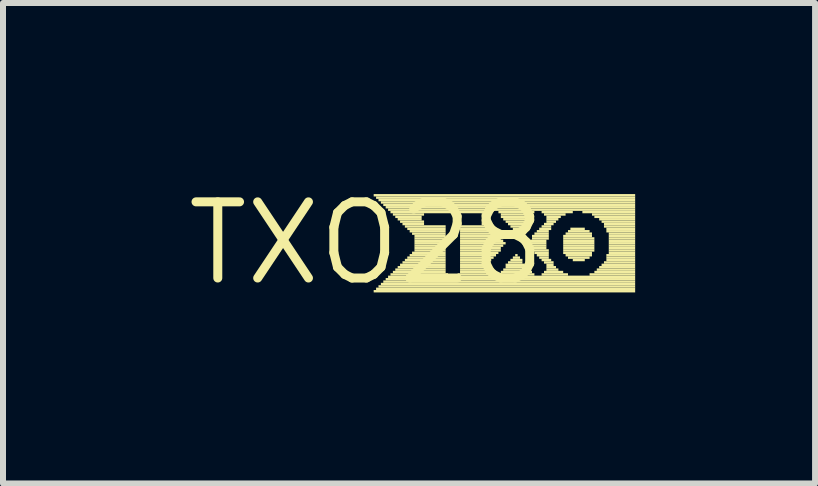
<source format=kicad_pcb>
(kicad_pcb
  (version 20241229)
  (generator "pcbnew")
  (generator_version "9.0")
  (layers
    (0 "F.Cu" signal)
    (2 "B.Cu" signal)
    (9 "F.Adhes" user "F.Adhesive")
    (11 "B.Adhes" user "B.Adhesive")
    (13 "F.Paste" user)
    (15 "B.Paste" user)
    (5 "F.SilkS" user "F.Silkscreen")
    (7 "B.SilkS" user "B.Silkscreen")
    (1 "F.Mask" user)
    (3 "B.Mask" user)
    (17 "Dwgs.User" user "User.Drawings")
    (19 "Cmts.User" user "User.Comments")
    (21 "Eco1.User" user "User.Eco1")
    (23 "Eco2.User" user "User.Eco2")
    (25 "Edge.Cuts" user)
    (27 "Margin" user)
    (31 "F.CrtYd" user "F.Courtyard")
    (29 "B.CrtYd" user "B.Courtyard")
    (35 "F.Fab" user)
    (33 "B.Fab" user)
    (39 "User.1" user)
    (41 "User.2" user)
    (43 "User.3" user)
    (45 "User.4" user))
  (footprint "TXO28"
    (layer "F.Cu")
    (at 3.061 1.006)
    (property "Reference" "TXO28" (at 0 0 0) (layer "F.SilkS") (effects (font (size 1.27 1.27) (thickness 0.15))))
    (attr through_hole)
    (fp_poly (pts (xy 0.12 -0.78) (xy 4.48 -0.78) (xy 4.48 -0.82) (xy 0.12 -0.82)) (stroke (width 0) (type solid)) (fill yes) (layer "F.SilkS"))
    (fp_poly (pts (xy 0.12 0.82) (xy 4.48 0.82) (xy 4.48 0.78) (xy 0.12 0.78)) (stroke (width 0) (type solid)) (fill yes) (layer "F.SilkS"))
    (fp_poly (pts (xy 0.16 -0.74) (xy 4.48 -0.74) (xy 4.48 -0.78) (xy 0.16 -0.78)) (stroke (width 0) (type solid)) (fill yes) (layer "F.SilkS"))
    (fp_poly (pts (xy 0.16 0.78) (xy 4.48 0.78) (xy 4.48 0.74) (xy 0.16 0.74)) (stroke (width 0) (type solid)) (fill yes) (layer "F.SilkS"))
    (fp_poly (pts (xy 0.2 -0.7) (xy 4.48 -0.7) (xy 4.48 -0.74) (xy 0.2 -0.74)) (stroke (width 0) (type solid)) (fill yes) (layer "F.SilkS"))
    (fp_poly (pts (xy 0.2 0.74) (xy 4.48 0.74) (xy 4.48 0.7) (xy 0.2 0.7)) (stroke (width 0) (type solid)) (fill yes) (layer "F.SilkS"))
    (fp_poly (pts (xy 0.24 -0.66) (xy 4.48 -0.66) (xy 4.48 -0.7) (xy 0.24 -0.7)) (stroke (width 0) (type solid)) (fill yes) (layer "F.SilkS"))
    (fp_poly (pts (xy 0.24 0.7) (xy 4.48 0.7) (xy 4.48 0.66) (xy 0.24 0.66)) (stroke (width 0) (type solid)) (fill yes) (layer "F.SilkS"))
    (fp_poly (pts (xy 0.28 -0.62) (xy 4.48 -0.62) (xy 4.48 -0.66) (xy 0.28 -0.66)) (stroke (width 0) (type solid)) (fill yes) (layer "F.SilkS"))
    (fp_poly (pts (xy 0.28 0.66) (xy 4.48 0.66) (xy 4.48 0.62) (xy 0.28 0.62)) (stroke (width 0) (type solid)) (fill yes) (layer "F.SilkS"))
    (fp_poly (pts (xy 0.32 -0.58) (xy 4.48 -0.58) (xy 4.48 -0.62) (xy 0.32 -0.62)) (stroke (width 0) (type solid)) (fill yes) (layer "F.SilkS"))
    (fp_poly (pts (xy 0.32 0.62) (xy 4.48 0.62) (xy 4.48 0.58) (xy 0.32 0.58)) (stroke (width 0) (type solid)) (fill yes) (layer "F.SilkS"))
    (fp_poly (pts (xy 0.36 -0.54) (xy 4.48 -0.54) (xy 4.48 -0.58) (xy 0.36 -0.58)) (stroke (width 0) (type solid)) (fill yes) (layer "F.SilkS"))
    (fp_poly (pts (xy 0.36 0.58) (xy 4.48 0.58) (xy 4.48 0.54) (xy 0.36 0.54)) (stroke (width 0) (type solid)) (fill yes) (layer "F.SilkS"))
    (fp_poly (pts (xy 0.4 -0.5) (xy 2.08 -0.5) (xy 2.08 -0.54) (xy 0.4 -0.54)) (stroke (width 0) (type solid)) (fill yes) (layer "F.SilkS"))
    (fp_poly (pts (xy 0.4 0.54) (xy 1.36 0.54) (xy 1.36 0.5) (xy 0.4 0.5)) (stroke (width 0) (type solid)) (fill yes) (layer "F.SilkS"))
    (fp_poly (pts (xy 0.44 -0.46) (xy 0.96 -0.46) (xy 0.96 -0.5) (xy 0.44 -0.5)) (stroke (width 0) (type solid)) (fill yes) (layer "F.SilkS"))
    (fp_poly (pts (xy 0.44 0.5) (xy 1.32 0.5) (xy 1.32 0.46) (xy 0.44 0.46)) (stroke (width 0) (type solid)) (fill yes) (layer "F.SilkS"))
    (fp_poly (pts (xy 0.48 -0.42) (xy 0.92 -0.42) (xy 0.92 -0.46) (xy 0.48 -0.46)) (stroke (width 0) (type solid)) (fill yes) (layer "F.SilkS"))
    (fp_poly (pts (xy 0.48 0.46) (xy 1.32 0.46) (xy 1.32 0.42) (xy 0.48 0.42)) (stroke (width 0) (type solid)) (fill yes) (layer "F.SilkS"))
    (fp_poly (pts (xy 0.52 -0.38) (xy 0.92 -0.38) (xy 0.92 -0.42) (xy 0.52 -0.42)) (stroke (width 0) (type solid)) (fill yes) (layer "F.SilkS"))
    (fp_poly (pts (xy 0.52 0.42) (xy 1.32 0.42) (xy 1.32 0.38) (xy 0.52 0.38)) (stroke (width 0) (type solid)) (fill yes) (layer "F.SilkS"))
    (fp_poly (pts (xy 0.56 -0.34) (xy 0.96 -0.34) (xy 0.96 -0.38) (xy 0.56 -0.38)) (stroke (width 0) (type solid)) (fill yes) (layer "F.SilkS"))
    (fp_poly (pts (xy 0.56 0.38) (xy 1.32 0.38) (xy 1.32 0.34) (xy 0.56 0.34)) (stroke (width 0) (type solid)) (fill yes) (layer "F.SilkS"))
    (fp_poly (pts (xy 0.6 -0.3) (xy 0.96 -0.3) (xy 0.96 -0.34) (xy 0.6 -0.34)) (stroke (width 0) (type solid)) (fill yes) (layer "F.SilkS"))
    (fp_poly (pts (xy 0.6 0.34) (xy 1.32 0.34) (xy 1.32 0.3) (xy 0.6 0.3)) (stroke (width 0) (type solid)) (fill yes) (layer "F.SilkS"))
    (fp_poly (pts (xy 0.64 -0.26) (xy 1.32 -0.26) (xy 1.32 -0.3) (xy 0.64 -0.3)) (stroke (width 0) (type solid)) (fill yes) (layer "F.SilkS"))
    (fp_poly (pts (xy 0.64 0.3) (xy 1.32 0.3) (xy 1.32 0.26) (xy 0.64 0.26)) (stroke (width 0) (type solid)) (fill yes) (layer "F.SilkS"))
    (fp_poly (pts (xy 0.68 -0.22) (xy 1.32 -0.22) (xy 1.32 -0.26) (xy 0.68 -0.26)) (stroke (width 0) (type solid)) (fill yes) (layer "F.SilkS"))
    (fp_poly (pts (xy 0.68 0.26) (xy 1.32 0.26) (xy 1.32 0.22) (xy 0.68 0.22)) (stroke (width 0) (type solid)) (fill yes) (layer "F.SilkS"))
    (fp_poly (pts (xy 0.72 -0.18) (xy 1.32 -0.18) (xy 1.32 -0.22) (xy 0.72 -0.22)) (stroke (width 0) (type solid)) (fill yes) (layer "F.SilkS"))
    (fp_poly (pts (xy 0.72 0.22) (xy 1.32 0.22) (xy 1.32 0.18) (xy 0.72 0.18)) (stroke (width 0) (type solid)) (fill yes) (layer "F.SilkS"))
    (fp_poly (pts (xy 0.76 -0.14) (xy 1.32 -0.14) (xy 1.32 -0.18) (xy 0.76 -0.18)) (stroke (width 0) (type solid)) (fill yes) (layer "F.SilkS"))
    (fp_poly (pts (xy 0.76 0.18) (xy 1.32 0.18) (xy 1.32 0.14) (xy 0.76 0.14)) (stroke (width 0) (type solid)) (fill yes) (layer "F.SilkS"))
    (fp_poly (pts (xy 0.8 -0.1) (xy 1.32 -0.1) (xy 1.32 -0.14) (xy 0.8 -0.14)) (stroke (width 0) (type solid)) (fill yes) (layer "F.SilkS"))
    (fp_poly (pts (xy 0.8 -0.06) (xy 1.32 -0.06) (xy 1.32 -0.1) (xy 0.8 -0.1)) (stroke (width 0) (type solid)) (fill yes) (layer "F.SilkS"))
    (fp_poly (pts (xy 0.8 -0.02) (xy 1.32 -0.02) (xy 1.32 -0.06) (xy 0.8 -0.06)) (stroke (width 0) (type solid)) (fill yes) (layer "F.SilkS"))
    (fp_poly (pts (xy 0.8 0.02) (xy 1.32 0.02) (xy 1.32 -0.02) (xy 0.8 -0.02)) (stroke (width 0) (type solid)) (fill yes) (layer "F.SilkS"))
    (fp_poly (pts (xy 0.8 0.06) (xy 1.32 0.06) (xy 1.32 0.02) (xy 0.8 0.02)) (stroke (width 0) (type solid)) (fill yes) (layer "F.SilkS"))
    (fp_poly (pts (xy 0.8 0.1) (xy 1.32 0.1) (xy 1.32 0.06) (xy 0.8 0.06)) (stroke (width 0) (type solid)) (fill yes) (layer "F.SilkS"))
    (fp_poly (pts (xy 0.8 0.14) (xy 1.32 0.14) (xy 1.32 0.1) (xy 0.8 0.1)) (stroke (width 0) (type solid)) (fill yes) (layer "F.SilkS"))
    (fp_poly (pts (xy 1.52 0.54) (xy 2.08 0.54) (xy 2.08 0.5) (xy 1.52 0.5)) (stroke (width 0) (type solid)) (fill yes) (layer "F.SilkS"))
    (fp_poly (pts (xy 1.56 -0.26) (xy 2.08 -0.26) (xy 2.08 -0.3) (xy 1.56 -0.3)) (stroke (width 0) (type solid)) (fill yes) (layer "F.SilkS"))
    (fp_poly (pts (xy 1.56 -0.22) (xy 2.12 -0.22) (xy 2.12 -0.26) (xy 1.56 -0.26)) (stroke (width 0) (type solid)) (fill yes) (layer "F.SilkS"))
    (fp_poly (pts (xy 1.56 -0.18) (xy 2.12 -0.18) (xy 2.12 -0.22) (xy 1.56 -0.22)) (stroke (width 0) (type solid)) (fill yes) (layer "F.SilkS"))
    (fp_poly (pts (xy 1.56 -0.14) (xy 2.16 -0.14) (xy 2.16 -0.18) (xy 1.56 -0.18)) (stroke (width 0) (type solid)) (fill yes) (layer "F.SilkS"))
    (fp_poly (pts (xy 1.56 -0.1) (xy 2.2 -0.1) (xy 2.2 -0.14) (xy 1.56 -0.14)) (stroke (width 0) (type solid)) (fill yes) (layer "F.SilkS"))
    (fp_poly (pts (xy 1.56 -0.06) (xy 2.24 -0.06) (xy 2.24 -0.1) (xy 1.56 -0.1)) (stroke (width 0) (type solid)) (fill yes) (layer "F.SilkS"))
    (fp_poly (pts (xy 1.56 -0.02) (xy 2.28 -0.02) (xy 2.28 -0.06) (xy 1.56 -0.06)) (stroke (width 0) (type solid)) (fill yes) (layer "F.SilkS"))
    (fp_poly (pts (xy 1.56 0.02) (xy 2.32 0.02) (xy 2.32 -0.02) (xy 1.56 -0.02)) (stroke (width 0) (type solid)) (fill yes) (layer "F.SilkS"))
    (fp_poly (pts (xy 1.56 0.06) (xy 2.28 0.06) (xy 2.28 0.02) (xy 1.56 0.02)) (stroke (width 0) (type solid)) (fill yes) (layer "F.SilkS"))
    (fp_poly (pts (xy 1.56 0.1) (xy 2.24 0.1) (xy 2.24 0.06) (xy 1.56 0.06)) (stroke (width 0) (type solid)) (fill yes) (layer "F.SilkS"))
    (fp_poly (pts (xy 1.56 0.14) (xy 2.24 0.14) (xy 2.24 0.1) (xy 1.56 0.1)) (stroke (width 0) (type solid)) (fill yes) (layer "F.SilkS"))
    (fp_poly (pts (xy 1.56 0.18) (xy 2.2 0.18) (xy 2.2 0.14) (xy 1.56 0.14)) (stroke (width 0) (type solid)) (fill yes) (layer "F.SilkS"))
    (fp_poly (pts (xy 1.56 0.22) (xy 2.16 0.22) (xy 2.16 0.18) (xy 1.56 0.18)) (stroke (width 0) (type solid)) (fill yes) (layer "F.SilkS"))
    (fp_poly (pts (xy 1.56 0.26) (xy 2.12 0.26) (xy 2.12 0.22) (xy 1.56 0.22)) (stroke (width 0) (type solid)) (fill yes) (layer "F.SilkS"))
    (fp_poly (pts (xy 1.56 0.3) (xy 2.08 0.3) (xy 2.08 0.26) (xy 1.56 0.26)) (stroke (width 0) (type solid)) (fill yes) (layer "F.SilkS"))
    (fp_poly (pts (xy 1.56 0.34) (xy 2.04 0.34) (xy 2.04 0.3) (xy 1.56 0.3)) (stroke (width 0) (type solid)) (fill yes) (layer "F.SilkS"))
    (fp_poly (pts (xy 1.56 0.38) (xy 2 0.38) (xy 2 0.34) (xy 1.56 0.34)) (stroke (width 0) (type solid)) (fill yes) (layer "F.SilkS"))
    (fp_poly (pts (xy 1.56 0.42) (xy 2 0.42) (xy 2 0.38) (xy 1.56 0.38)) (stroke (width 0) (type solid)) (fill yes) (layer "F.SilkS"))
    (fp_poly (pts (xy 1.56 0.46) (xy 2 0.46) (xy 2 0.42) (xy 1.56 0.42)) (stroke (width 0) (type solid)) (fill yes) (layer "F.SilkS"))
    (fp_poly (pts (xy 1.56 0.5) (xy 2 0.5) (xy 2 0.46) (xy 1.56 0.46)) (stroke (width 0) (type solid)) (fill yes) (layer "F.SilkS"))
    (fp_poly (pts (xy 1.92 -0.46) (xy 2.04 -0.46) (xy 2.04 -0.5) (xy 1.92 -0.5)) (stroke (width 0) (type solid)) (fill yes) (layer "F.SilkS"))
    (fp_poly (pts (xy 1.92 -0.34) (xy 2 -0.34) (xy 2 -0.38) (xy 1.92 -0.38)) (stroke (width 0) (type solid)) (fill yes) (layer "F.SilkS"))
    (fp_poly (pts (xy 1.92 -0.3) (xy 2.04 -0.3) (xy 2.04 -0.34) (xy 1.92 -0.34)) (stroke (width 0) (type solid)) (fill yes) (layer "F.SilkS"))
    (fp_poly (pts (xy 1.96 -0.42) (xy 2 -0.42) (xy 2 -0.46) (xy 1.96 -0.46)) (stroke (width 0) (type solid)) (fill yes) (layer "F.SilkS"))
    (fp_poly (pts (xy 1.96 -0.38) (xy 2 -0.38) (xy 2 -0.42) (xy 1.96 -0.42)) (stroke (width 0) (type solid)) (fill yes) (layer "F.SilkS"))
    (fp_poly (pts (xy 2.2 -0.5) (xy 2.8 -0.5) (xy 2.8 -0.54) (xy 2.2 -0.54)) (stroke (width 0) (type solid)) (fill yes) (layer "F.SilkS"))
    (fp_poly (pts (xy 2.2 0.54) (xy 2.8 0.54) (xy 2.8 0.5) (xy 2.2 0.5)) (stroke (width 0) (type solid)) (fill yes) (layer "F.SilkS"))
    (fp_poly (pts (xy 2.24 -0.46) (xy 2.76 -0.46) (xy 2.76 -0.5) (xy 2.24 -0.5)) (stroke (width 0) (type solid)) (fill yes) (layer "F.SilkS"))
    (fp_poly (pts (xy 2.24 -0.42) (xy 2.72 -0.42) (xy 2.72 -0.46) (xy 2.24 -0.46)) (stroke (width 0) (type solid)) (fill yes) (layer "F.SilkS"))
    (fp_poly (pts (xy 2.24 0.5) (xy 2.76 0.5) (xy 2.76 0.46) (xy 2.24 0.46)) (stroke (width 0) (type solid)) (fill yes) (layer "F.SilkS"))
    (fp_poly (pts (xy 2.28 -0.38) (xy 2.68 -0.38) (xy 2.68 -0.42) (xy 2.28 -0.42)) (stroke (width 0) (type solid)) (fill yes) (layer "F.SilkS"))
    (fp_poly (pts (xy 2.28 0.46) (xy 2.72 0.46) (xy 2.72 0.42) (xy 2.28 0.42)) (stroke (width 0) (type solid)) (fill yes) (layer "F.SilkS"))
    (fp_poly (pts (xy 2.32 -0.34) (xy 2.68 -0.34) (xy 2.68 -0.38) (xy 2.32 -0.38)) (stroke (width 0) (type solid)) (fill yes) (layer "F.SilkS"))
    (fp_poly (pts (xy 2.32 0.38) (xy 2.64 0.38) (xy 2.64 0.34) (xy 2.32 0.34)) (stroke (width 0) (type solid)) (fill yes) (layer "F.SilkS"))
    (fp_poly (pts (xy 2.32 0.42) (xy 2.68 0.42) (xy 2.68 0.38) (xy 2.32 0.38)) (stroke (width 0) (type solid)) (fill yes) (layer "F.SilkS"))
    (fp_poly (pts (xy 2.36 -0.3) (xy 2.64 -0.3) (xy 2.64 -0.34) (xy 2.36 -0.34)) (stroke (width 0) (type solid)) (fill yes) (layer "F.SilkS"))
    (fp_poly (pts (xy 2.36 0.34) (xy 2.6 0.34) (xy 2.6 0.3) (xy 2.36 0.3)) (stroke (width 0) (type solid)) (fill yes) (layer "F.SilkS"))
    (fp_poly (pts (xy 2.4 -0.26) (xy 2.6 -0.26) (xy 2.6 -0.3) (xy 2.4 -0.3)) (stroke (width 0) (type solid)) (fill yes) (layer "F.SilkS"))
    (fp_poly (pts (xy 2.4 0.3) (xy 2.6 0.3) (xy 2.6 0.26) (xy 2.4 0.26)) (stroke (width 0) (type solid)) (fill yes) (layer "F.SilkS"))
    (fp_poly (pts (xy 2.44 -0.22) (xy 2.56 -0.22) (xy 2.56 -0.26) (xy 2.44 -0.26)) (stroke (width 0) (type solid)) (fill yes) (layer "F.SilkS"))
    (fp_poly (pts (xy 2.44 0.26) (xy 2.56 0.26) (xy 2.56 0.22) (xy 2.44 0.22)) (stroke (width 0) (type solid)) (fill yes) (layer "F.SilkS"))
    (fp_poly (pts (xy 2.48 -0.18) (xy 2.52 -0.18) (xy 2.52 -0.22) (xy 2.48 -0.22)) (stroke (width 0) (type solid)) (fill yes) (layer "F.SilkS"))
    (fp_poly (pts (xy 2.48 0.22) (xy 2.52 0.22) (xy 2.52 0.18) (xy 2.48 0.18)) (stroke (width 0) (type solid)) (fill yes) (layer "F.SilkS"))
    (fp_poly (pts (xy 2.68 0.02) (xy 3 0.02) (xy 3 -0.02) (xy 2.68 -0.02)) (stroke (width 0) (type solid)) (fill yes) (layer "F.SilkS"))
    (fp_poly (pts (xy 2.68 0.06) (xy 3 0.06) (xy 3 0.02) (xy 2.68 0.02)) (stroke (width 0) (type solid)) (fill yes) (layer "F.SilkS"))
    (fp_poly (pts (xy 2.72 -0.02) (xy 3 -0.02) (xy 3 -0.06) (xy 2.72 -0.06)) (stroke (width 0) (type solid)) (fill yes) (layer "F.SilkS"))
    (fp_poly (pts (xy 2.72 0.1) (xy 3 0.1) (xy 3 0.06) (xy 2.72 0.06)) (stroke (width 0) (type solid)) (fill yes) (layer "F.SilkS"))
    (fp_poly (pts (xy 2.76 -0.1) (xy 3.04 -0.1) (xy 3.04 -0.14) (xy 2.76 -0.14)) (stroke (width 0) (type solid)) (fill yes) (layer "F.SilkS"))
    (fp_poly (pts (xy 2.76 -0.06) (xy 3.04 -0.06) (xy 3.04 -0.1) (xy 2.76 -0.1)) (stroke (width 0) (type solid)) (fill yes) (layer "F.SilkS"))
    (fp_poly (pts (xy 2.76 0.14) (xy 3.04 0.14) (xy 3.04 0.1) (xy 2.76 0.1)) (stroke (width 0) (type solid)) (fill yes) (layer "F.SilkS"))
    (fp_poly (pts (xy 2.8 -0.14) (xy 3.04 -0.14) (xy 3.04 -0.18) (xy 2.8 -0.18)) (stroke (width 0) (type solid)) (fill yes) (layer "F.SilkS"))
    (fp_poly (pts (xy 2.8 0.18) (xy 3.04 0.18) (xy 3.04 0.14) (xy 2.8 0.14)) (stroke (width 0) (type solid)) (fill yes) (layer "F.SilkS"))
    (fp_poly (pts (xy 2.84 -0.18) (xy 3.04 -0.18) (xy 3.04 -0.22) (xy 2.84 -0.22)) (stroke (width 0) (type solid)) (fill yes) (layer "F.SilkS"))
    (fp_poly (pts (xy 2.84 0.22) (xy 3.04 0.22) (xy 3.04 0.18) (xy 2.84 0.18)) (stroke (width 0) (type solid)) (fill yes) (layer "F.SilkS"))
    (fp_poly (pts (xy 2.88 -0.22) (xy 3.08 -0.22) (xy 3.08 -0.26) (xy 2.88 -0.26)) (stroke (width 0) (type solid)) (fill yes) (layer "F.SilkS"))
    (fp_poly (pts (xy 2.88 0.26) (xy 3.04 0.26) (xy 3.04 0.22) (xy 2.88 0.22)) (stroke (width 0) (type solid)) (fill yes) (layer "F.SilkS"))
    (fp_poly (pts (xy 2.92 -0.5) (xy 3.44 -0.5) (xy 3.44 -0.54) (xy 2.92 -0.54)) (stroke (width 0) (type solid)) (fill yes) (layer "F.SilkS"))
    (fp_poly (pts (xy 2.92 -0.26) (xy 3.08 -0.26) (xy 3.08 -0.3) (xy 2.92 -0.3)) (stroke (width 0) (type solid)) (fill yes) (layer "F.SilkS"))
    (fp_poly (pts (xy 2.92 0.3) (xy 3.08 0.3) (xy 3.08 0.26) (xy 2.92 0.26)) (stroke (width 0) (type solid)) (fill yes) (layer "F.SilkS"))
    (fp_poly (pts (xy 2.92 0.54) (xy 3.36 0.54) (xy 3.36 0.5) (xy 2.92 0.5)) (stroke (width 0) (type solid)) (fill yes) (layer "F.SilkS"))
    (fp_poly (pts (xy 2.96 -0.46) (xy 3.32 -0.46) (xy 3.32 -0.5) (xy 2.96 -0.5)) (stroke (width 0) (type solid)) (fill yes) (layer "F.SilkS"))
    (fp_poly (pts (xy 2.96 -0.3) (xy 3.12 -0.3) (xy 3.12 -0.34) (xy 2.96 -0.34)) (stroke (width 0) (type solid)) (fill yes) (layer "F.SilkS"))
    (fp_poly (pts (xy 2.96 0.34) (xy 3.12 0.34) (xy 3.12 0.3) (xy 2.96 0.3)) (stroke (width 0) (type solid)) (fill yes) (layer "F.SilkS"))
    (fp_poly (pts (xy 2.96 0.5) (xy 3.28 0.5) (xy 3.28 0.46) (xy 2.96 0.46)) (stroke (width 0) (type solid)) (fill yes) (layer "F.SilkS"))
    (fp_poly (pts (xy 3 -0.42) (xy 3.24 -0.42) (xy 3.24 -0.46) (xy 3 -0.46)) (stroke (width 0) (type solid)) (fill yes) (layer "F.SilkS"))
    (fp_poly (pts (xy 3 -0.38) (xy 3.2 -0.38) (xy 3.2 -0.42) (xy 3 -0.42)) (stroke (width 0) (type solid)) (fill yes) (layer "F.SilkS"))
    (fp_poly (pts (xy 3 -0.34) (xy 3.16 -0.34) (xy 3.16 -0.38) (xy 3 -0.38)) (stroke (width 0) (type solid)) (fill yes) (layer "F.SilkS"))
    (fp_poly (pts (xy 3 0.38) (xy 3.12 0.38) (xy 3.12 0.34) (xy 3 0.34)) (stroke (width 0) (type solid)) (fill yes) (layer "F.SilkS"))
    (fp_poly (pts (xy 3 0.42) (xy 3.16 0.42) (xy 3.16 0.38) (xy 3 0.38)) (stroke (width 0) (type solid)) (fill yes) (layer "F.SilkS"))
    (fp_poly (pts (xy 3 0.46) (xy 3.2 0.46) (xy 3.2 0.42) (xy 3 0.42)) (stroke (width 0) (type solid)) (fill yes) (layer "F.SilkS"))
    (fp_poly (pts (xy 3.28 -0.1) (xy 3.76 -0.1) (xy 3.76 -0.14) (xy 3.28 -0.14)) (stroke (width 0) (type solid)) (fill yes) (layer "F.SilkS"))
    (fp_poly (pts (xy 3.28 -0.06) (xy 3.8 -0.06) (xy 3.8 -0.1) (xy 3.28 -0.1)) (stroke (width 0) (type solid)) (fill yes) (layer "F.SilkS"))
    (fp_poly (pts (xy 3.28 -0.02) (xy 3.8 -0.02) (xy 3.8 -0.06) (xy 3.28 -0.06)) (stroke (width 0) (type solid)) (fill yes) (layer "F.SilkS"))
    (fp_poly (pts (xy 3.28 0.02) (xy 3.8 0.02) (xy 3.8 -0.02) (xy 3.28 -0.02)) (stroke (width 0) (type solid)) (fill yes) (layer "F.SilkS"))
    (fp_poly (pts (xy 3.28 0.06) (xy 3.8 0.06) (xy 3.8 0.02) (xy 3.28 0.02)) (stroke (width 0) (type solid)) (fill yes) (layer "F.SilkS"))
    (fp_poly (pts (xy 3.28 0.1) (xy 3.8 0.1) (xy 3.8 0.06) (xy 3.28 0.06)) (stroke (width 0) (type solid)) (fill yes) (layer "F.SilkS"))
    (fp_poly (pts (xy 3.28 0.14) (xy 3.8 0.14) (xy 3.8 0.1) (xy 3.28 0.1)) (stroke (width 0) (type solid)) (fill yes) (layer "F.SilkS"))
    (fp_poly (pts (xy 3.28 0.18) (xy 3.76 0.18) (xy 3.76 0.14) (xy 3.28 0.14)) (stroke (width 0) (type solid)) (fill yes) (layer "F.SilkS"))
    (fp_poly (pts (xy 3.32 -0.14) (xy 3.76 -0.14) (xy 3.76 -0.18) (xy 3.32 -0.18)) (stroke (width 0) (type solid)) (fill yes) (layer "F.SilkS"))
    (fp_poly (pts (xy 3.32 0.22) (xy 3.76 0.22) (xy 3.76 0.18) (xy 3.32 0.18)) (stroke (width 0) (type solid)) (fill yes) (layer "F.SilkS"))
    (fp_poly (pts (xy 3.36 -0.18) (xy 3.72 -0.18) (xy 3.72 -0.22) (xy 3.36 -0.22)) (stroke (width 0) (type solid)) (fill yes) (layer "F.SilkS"))
    (fp_poly (pts (xy 3.36 0.26) (xy 3.72 0.26) (xy 3.72 0.22) (xy 3.36 0.22)) (stroke (width 0) (type solid)) (fill yes) (layer "F.SilkS"))
    (fp_poly (pts (xy 3.4 -0.22) (xy 3.64 -0.22) (xy 3.64 -0.26) (xy 3.4 -0.26)) (stroke (width 0) (type solid)) (fill yes) (layer "F.SilkS"))
    (fp_poly (pts (xy 3.44 0.3) (xy 3.64 0.3) (xy 3.64 0.26) (xy 3.44 0.26)) (stroke (width 0) (type solid)) (fill yes) (layer "F.SilkS"))
    (fp_poly (pts (xy 3.6 -0.5) (xy 4.48 -0.5) (xy 4.48 -0.54) (xy 3.6 -0.54)) (stroke (width 0) (type solid)) (fill yes) (layer "F.SilkS"))
    (fp_poly (pts (xy 3.72 0.54) (xy 4.48 0.54) (xy 4.48 0.5) (xy 3.72 0.5)) (stroke (width 0) (type solid)) (fill yes) (layer "F.SilkS"))
    (fp_poly (pts (xy 3.76 -0.46) (xy 4.48 -0.46) (xy 4.48 -0.5) (xy 3.76 -0.5)) (stroke (width 0) (type solid)) (fill yes) (layer "F.SilkS"))
    (fp_poly (pts (xy 3.8 -0.42) (xy 4.48 -0.42) (xy 4.48 -0.46) (xy 3.8 -0.46)) (stroke (width 0) (type solid)) (fill yes) (layer "F.SilkS"))
    (fp_poly (pts (xy 3.8 0.5) (xy 4.48 0.5) (xy 4.48 0.46) (xy 3.8 0.46)) (stroke (width 0) (type solid)) (fill yes) (layer "F.SilkS"))
    (fp_poly (pts (xy 3.84 0.46) (xy 4.48 0.46) (xy 4.48 0.42) (xy 3.84 0.42)) (stroke (width 0) (type solid)) (fill yes) (layer "F.SilkS"))
    (fp_poly (pts (xy 3.88 -0.38) (xy 4.48 -0.38) (xy 4.48 -0.42) (xy 3.88 -0.42)) (stroke (width 0) (type solid)) (fill yes) (layer "F.SilkS"))
    (fp_poly (pts (xy 3.88 0.42) (xy 4.48 0.42) (xy 4.48 0.38) (xy 3.88 0.38)) (stroke (width 0) (type solid)) (fill yes) (layer "F.SilkS"))
    (fp_poly (pts (xy 3.92 -0.34) (xy 4.48 -0.34) (xy 4.48 -0.38) (xy 3.92 -0.38)) (stroke (width 0) (type solid)) (fill yes) (layer "F.SilkS"))
    (fp_poly (pts (xy 3.92 0.38) (xy 4.48 0.38) (xy 4.48 0.34) (xy 3.92 0.34)) (stroke (width 0) (type solid)) (fill yes) (layer "F.SilkS"))
    (fp_poly (pts (xy 3.96 -0.3) (xy 4.48 -0.3) (xy 4.48 -0.34) (xy 3.96 -0.34)) (stroke (width 0) (type solid)) (fill yes) (layer "F.SilkS"))
    (fp_poly (pts (xy 3.96 -0.26) (xy 4.48 -0.26) (xy 4.48 -0.3) (xy 3.96 -0.3)) (stroke (width 0) (type solid)) (fill yes) (layer "F.SilkS"))
    (fp_poly (pts (xy 3.96 0.34) (xy 4.48 0.34) (xy 4.48 0.3) (xy 3.96 0.3)) (stroke (width 0) (type solid)) (fill yes) (layer "F.SilkS"))
    (fp_poly (pts (xy 4 -0.22) (xy 4.48 -0.22) (xy 4.48 -0.26) (xy 4 -0.26)) (stroke (width 0) (type solid)) (fill yes) (layer "F.SilkS"))
    (fp_poly (pts (xy 4 -0.18) (xy 4.48 -0.18) (xy 4.48 -0.22) (xy 4 -0.22)) (stroke (width 0) (type solid)) (fill yes) (layer "F.SilkS"))
    (fp_poly (pts (xy 4 0.22) (xy 4.48 0.22) (xy 4.48 0.18) (xy 4 0.18)) (stroke (width 0) (type solid)) (fill yes) (layer "F.SilkS"))
    (fp_poly (pts (xy 4 0.26) (xy 4.48 0.26) (xy 4.48 0.22) (xy 4 0.22)) (stroke (width 0) (type solid)) (fill yes) (layer "F.SilkS"))
    (fp_poly (pts (xy 4 0.3) (xy 4.48 0.3) (xy 4.48 0.26) (xy 4 0.26)) (stroke (width 0) (type solid)) (fill yes) (layer "F.SilkS"))
    (fp_poly (pts (xy 4.04 -0.14) (xy 4.48 -0.14) (xy 4.48 -0.18) (xy 4.04 -0.18)) (stroke (width 0) (type solid)) (fill yes) (layer "F.SilkS"))
    (fp_poly (pts (xy 4.04 -0.1) (xy 4.48 -0.1) (xy 4.48 -0.14) (xy 4.04 -0.14)) (stroke (width 0) (type solid)) (fill yes) (layer "F.SilkS"))
    (fp_poly (pts (xy 4.04 -0.06) (xy 4.48 -0.06) (xy 4.48 -0.1) (xy 4.04 -0.1)) (stroke (width 0) (type solid)) (fill yes) (layer "F.SilkS"))
    (fp_poly (pts (xy 4.04 -0.02) (xy 4.48 -0.02) (xy 4.48 -0.06) (xy 4.04 -0.06)) (stroke (width 0) (type solid)) (fill yes) (layer "F.SilkS"))
    (fp_poly (pts (xy 4.04 0.02) (xy 4.48 0.02) (xy 4.48 -0.02) (xy 4.04 -0.02)) (stroke (width 0) (type solid)) (fill yes) (layer "F.SilkS"))
    (fp_poly (pts (xy 4.04 0.06) (xy 4.48 0.06) (xy 4.48 0.02) (xy 4.04 0.02)) (stroke (width 0) (type solid)) (fill yes) (layer "F.SilkS"))
    (fp_poly (pts (xy 4.04 0.1) (xy 4.48 0.1) (xy 4.48 0.06) (xy 4.04 0.06)) (stroke (width 0) (type solid)) (fill yes) (layer "F.SilkS"))
    (fp_poly (pts (xy 4.04 0.14) (xy 4.48 0.14) (xy 4.48 0.1) (xy 4.04 0.1)) (stroke (width 0) (type solid)) (fill yes) (layer "F.SilkS"))
    (fp_poly (pts (xy 4.04 0.18) (xy 4.48 0.18) (xy 4.48 0.14) (xy 4.04 0.14)) (stroke (width 0) (type solid)) (fill yes) (layer "F.SilkS")))
  (gr_rect
    (start -3 -3)
    (end 10.541 5.012)
    (stroke (width 0.1) (type default))
    (fill no)
    (layer "Edge.Cuts")))
</source>
